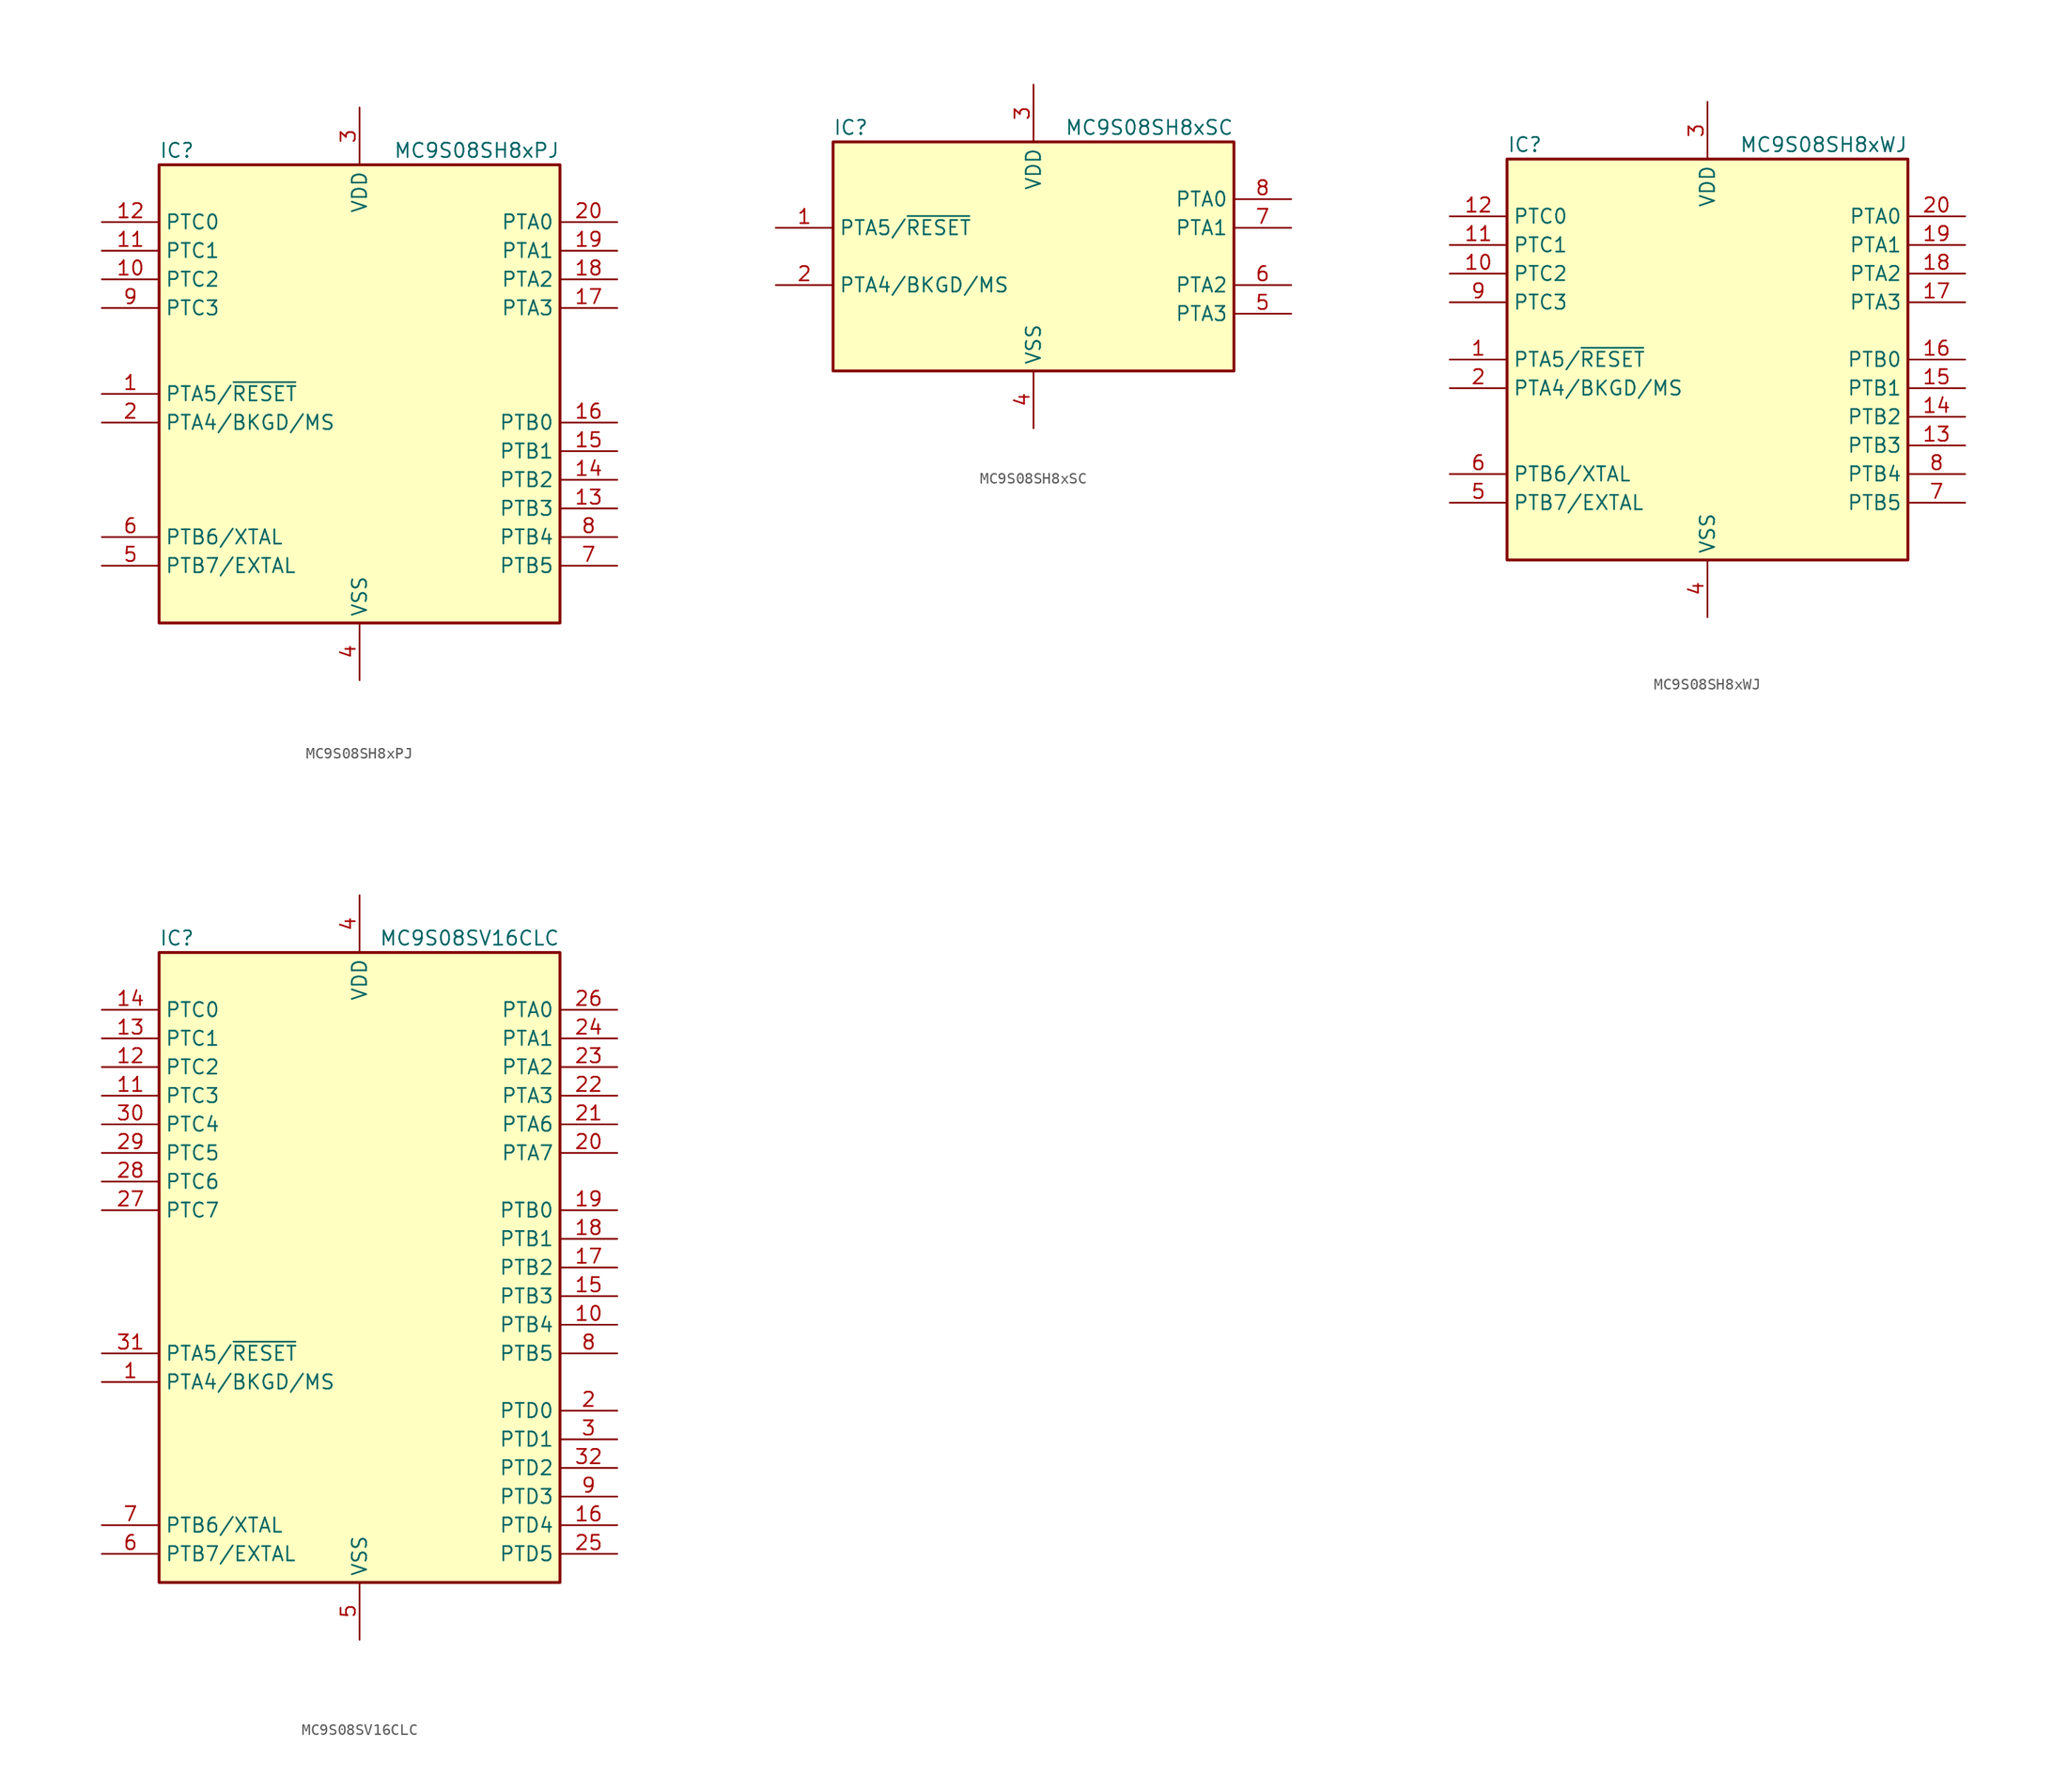
<source format=kicad_sym>
(kicad_symbol_lib
  (version 20201005)
  (generator kicad_symbol_editor)
  (symbol "MCU_NXP_S08:MC9S08SH8xPJ"
    (property "Reference" "IC"
      (at -17.78 21.59 0)
      (effects (font (size 1.27 1.27)) (justify left)))
    (property "Value" "MC9S08SH8xPJ"
      (at 17.78 21.59 0)
      (effects (font (size 1.27 1.27)) (justify right)))
    (symbol "MC9S08SH8xPJ_0_1"
      (rectangle (start -17.78 20.32) (end 17.78 -20.32) (stroke (width 0.254)) (fill (type background))))
    (symbol "MC9S08SH8xPJ_1_1"
      (pin bidirectional line (at -22.86 0 0) (length 5.08) (name "PTA5/~RESET" (effects (font (size 1.27 1.27)))) (number "1" (effects (font (size 1.27 1.27)))))
      (pin bidirectional line (at -22.86 10.16 0) (length 5.08) (name "PTC2" (effects (font (size 1.27 1.27)))) (number "10" (effects (font (size 1.27 1.27)))))
      (pin bidirectional line (at -22.86 12.7 0) (length 5.08) (name "PTC1" (effects (font (size 1.27 1.27)))) (number "11" (effects (font (size 1.27 1.27)))))
      (pin bidirectional line (at -22.86 15.24 0) (length 5.08) (name "PTC0" (effects (font (size 1.27 1.27)))) (number "12" (effects (font (size 1.27 1.27)))))
      (pin bidirectional line (at 22.86 -10.16 180) (length 5.08) (name "PTB3" (effects (font (size 1.27 1.27)))) (number "13" (effects (font (size 1.27 1.27)))))
      (pin bidirectional line (at 22.86 -7.62 180) (length 5.08) (name "PTB2" (effects (font (size 1.27 1.27)))) (number "14" (effects (font (size 1.27 1.27)))))
      (pin bidirectional line (at 22.86 -5.08 180) (length 5.08) (name "PTB1" (effects (font (size 1.27 1.27)))) (number "15" (effects (font (size 1.27 1.27)))))
      (pin bidirectional line (at 22.86 -2.54 180) (length 5.08) (name "PTB0" (effects (font (size 1.27 1.27)))) (number "16" (effects (font (size 1.27 1.27)))))
      (pin bidirectional line (at 22.86 7.62 180) (length 5.08) (name "PTA3" (effects (font (size 1.27 1.27)))) (number "17" (effects (font (size 1.27 1.27)))))
      (pin bidirectional line (at 22.86 10.16 180) (length 5.08) (name "PTA2" (effects (font (size 1.27 1.27)))) (number "18" (effects (font (size 1.27 1.27)))))
      (pin bidirectional line (at 22.86 12.7 180) (length 5.08) (name "PTA1" (effects (font (size 1.27 1.27)))) (number "19" (effects (font (size 1.27 1.27)))))
      (pin bidirectional line (at -22.86 -2.54 0) (length 5.08) (name "PTA4/BKGD/MS" (effects (font (size 1.27 1.27)))) (number "2" (effects (font (size 1.27 1.27)))))
      (pin bidirectional line (at 22.86 15.24 180) (length 5.08) (name "PTA0" (effects (font (size 1.27 1.27)))) (number "20" (effects (font (size 1.27 1.27)))))
      (pin power_in line (at 0 25.4 270) (length 5.08) (name "VDD" (effects (font (size 1.27 1.27)))) (number "3" (effects (font (size 1.27 1.27)))))
      (pin power_in line (at 0 -25.4 90) (length 5.08) (name "VSS" (effects (font (size 1.27 1.27)))) (number "4" (effects (font (size 1.27 1.27)))))
      (pin bidirectional line (at -22.86 -15.24 0) (length 5.08) (name "PTB7/EXTAL" (effects (font (size 1.27 1.27)))) (number "5" (effects (font (size 1.27 1.27)))))
      (pin bidirectional line (at -22.86 -12.7 0) (length 5.08) (name "PTB6/XTAL" (effects (font (size 1.27 1.27)))) (number "6" (effects (font (size 1.27 1.27)))))
      (pin bidirectional line (at 22.86 -15.24 180) (length 5.08) (name "PTB5" (effects (font (size 1.27 1.27)))) (number "7" (effects (font (size 1.27 1.27)))))
      (pin bidirectional line (at 22.86 -12.7 180) (length 5.08) (name "PTB4" (effects (font (size 1.27 1.27)))) (number "8" (effects (font (size 1.27 1.27)))))
      (pin bidirectional line (at -22.86 7.62 0) (length 5.08) (name "PTC3" (effects (font (size 1.27 1.27)))) (number "9" (effects (font (size 1.27 1.27)))))))
  (symbol "MCU_NXP_S08:MC9S08SH8xSC"
    (property "Reference" "IC"
      (at -17.78 11.43 0)
      (effects (font (size 1.27 1.27)) (justify left)))
    (property "Value" "MC9S08SH8xSC"
      (at 17.78 11.43 0)
      (effects (font (size 1.27 1.27)) (justify right)))
    (symbol "MC9S08SH8xSC_0_1"
      (rectangle (start -17.78 10.16) (end 17.78 -10.16) (stroke (width 0.254)) (fill (type background))))
    (symbol "MC9S08SH8xSC_1_1"
      (pin bidirectional line (at -22.86 2.54 0) (length 5.08) (name "PTA5/~RESET" (effects (font (size 1.27 1.27)))) (number "1" (effects (font (size 1.27 1.27)))))
      (pin bidirectional line (at -22.86 -2.54 0) (length 5.08) (name "PTA4/BKGD/MS" (effects (font (size 1.27 1.27)))) (number "2" (effects (font (size 1.27 1.27)))))
      (pin power_in line (at 0 15.24 270) (length 5.08) (name "VDD" (effects (font (size 1.27 1.27)))) (number "3" (effects (font (size 1.27 1.27)))))
      (pin power_in line (at 0 -15.24 90) (length 5.08) (name "VSS" (effects (font (size 1.27 1.27)))) (number "4" (effects (font (size 1.27 1.27)))))
      (pin bidirectional line (at 22.86 -5.08 180) (length 5.08) (name "PTA3" (effects (font (size 1.27 1.27)))) (number "5" (effects (font (size 1.27 1.27)))))
      (pin bidirectional line (at 22.86 -2.54 180) (length 5.08) (name "PTA2" (effects (font (size 1.27 1.27)))) (number "6" (effects (font (size 1.27 1.27)))))
      (pin bidirectional line (at 22.86 2.54 180) (length 5.08) (name "PTA1" (effects (font (size 1.27 1.27)))) (number "7" (effects (font (size 1.27 1.27)))))
      (pin bidirectional line (at 22.86 5.08 180) (length 5.08) (name "PTA0" (effects (font (size 1.27 1.27)))) (number "8" (effects (font (size 1.27 1.27)))))))
  (symbol "MCU_NXP_S08:MC9S08SH8xWJ"
    (property "Reference" "IC"
      (at -17.78 19.05 0)
      (effects (font (size 1.27 1.27)) (justify left)))
    (property "Value" "MC9S08SH8xWJ"
      (at 17.78 19.05 0)
      (effects (font (size 1.27 1.27)) (justify right)))
    (symbol "MC9S08SH8xWJ_0_1"
      (rectangle (start -17.78 17.78) (end 17.78 -17.78) (stroke (width 0.254)) (fill (type background))))
    (symbol "MC9S08SH8xWJ_1_1"
      (pin bidirectional line (at -22.86 0 0) (length 5.08) (name "PTA5/~RESET" (effects (font (size 1.27 1.27)))) (number "1" (effects (font (size 1.27 1.27)))))
      (pin bidirectional line (at -22.86 7.62 0) (length 5.08) (name "PTC2" (effects (font (size 1.27 1.27)))) (number "10" (effects (font (size 1.27 1.27)))))
      (pin bidirectional line (at -22.86 10.16 0) (length 5.08) (name "PTC1" (effects (font (size 1.27 1.27)))) (number "11" (effects (font (size 1.27 1.27)))))
      (pin bidirectional line (at -22.86 12.7 0) (length 5.08) (name "PTC0" (effects (font (size 1.27 1.27)))) (number "12" (effects (font (size 1.27 1.27)))))
      (pin bidirectional line (at 22.86 -7.62 180) (length 5.08) (name "PTB3" (effects (font (size 1.27 1.27)))) (number "13" (effects (font (size 1.27 1.27)))))
      (pin bidirectional line (at 22.86 -5.08 180) (length 5.08) (name "PTB2" (effects (font (size 1.27 1.27)))) (number "14" (effects (font (size 1.27 1.27)))))
      (pin bidirectional line (at 22.86 -2.54 180) (length 5.08) (name "PTB1" (effects (font (size 1.27 1.27)))) (number "15" (effects (font (size 1.27 1.27)))))
      (pin bidirectional line (at 22.86 0 180) (length 5.08) (name "PTB0" (effects (font (size 1.27 1.27)))) (number "16" (effects (font (size 1.27 1.27)))))
      (pin bidirectional line (at 22.86 5.08 180) (length 5.08) (name "PTA3" (effects (font (size 1.27 1.27)))) (number "17" (effects (font (size 1.27 1.27)))))
      (pin bidirectional line (at 22.86 7.62 180) (length 5.08) (name "PTA2" (effects (font (size 1.27 1.27)))) (number "18" (effects (font (size 1.27 1.27)))))
      (pin bidirectional line (at 22.86 10.16 180) (length 5.08) (name "PTA1" (effects (font (size 1.27 1.27)))) (number "19" (effects (font (size 1.27 1.27)))))
      (pin bidirectional line (at -22.86 -2.54 0) (length 5.08) (name "PTA4/BKGD/MS" (effects (font (size 1.27 1.27)))) (number "2" (effects (font (size 1.27 1.27)))))
      (pin bidirectional line (at 22.86 12.7 180) (length 5.08) (name "PTA0" (effects (font (size 1.27 1.27)))) (number "20" (effects (font (size 1.27 1.27)))))
      (pin power_in line (at 0 22.86 270) (length 5.08) (name "VDD" (effects (font (size 1.27 1.27)))) (number "3" (effects (font (size 1.27 1.27)))))
      (pin power_in line (at 0 -22.86 90) (length 5.08) (name "VSS" (effects (font (size 1.27 1.27)))) (number "4" (effects (font (size 1.27 1.27)))))
      (pin bidirectional line (at -22.86 -12.7 0) (length 5.08) (name "PTB7/EXTAL" (effects (font (size 1.27 1.27)))) (number "5" (effects (font (size 1.27 1.27)))))
      (pin bidirectional line (at -22.86 -10.16 0) (length 5.08) (name "PTB6/XTAL" (effects (font (size 1.27 1.27)))) (number "6" (effects (font (size 1.27 1.27)))))
      (pin bidirectional line (at 22.86 -12.7 180) (length 5.08) (name "PTB5" (effects (font (size 1.27 1.27)))) (number "7" (effects (font (size 1.27 1.27)))))
      (pin bidirectional line (at 22.86 -10.16 180) (length 5.08) (name "PTB4" (effects (font (size 1.27 1.27)))) (number "8" (effects (font (size 1.27 1.27)))))
      (pin bidirectional line (at -22.86 5.08 0) (length 5.08) (name "PTC3" (effects (font (size 1.27 1.27)))) (number "9" (effects (font (size 1.27 1.27)))))))
  (symbol "MCU_NXP_S08:MC9S08SV16CLC"
    (property "Reference" "IC"
      (at -17.78 29.21 0)
      (effects (font (size 1.27 1.27)) (justify left)))
    (property "Value" "MC9S08SV16CLC"
      (at 17.78 29.21 0)
      (effects (font (size 1.27 1.27)) (justify right)))
    (symbol "MC9S08SV16CLC_0_1"
      (rectangle (start -17.78 27.94) (end 17.78 -27.94) (stroke (width 0.254)) (fill (type background))))
    (symbol "MC9S08SV16CLC_1_1"
      (pin bidirectional line (at -22.86 -10.16 0) (length 5.08) (name "PTA4/BKGD/MS" (effects (font (size 1.27 1.27)))) (number "1" (effects (font (size 1.27 1.27)))))
      (pin bidirectional line (at 22.86 -5.08 180) (length 5.08) (name "PTB4" (effects (font (size 1.27 1.27)))) (number "10" (effects (font (size 1.27 1.27)))))
      (pin bidirectional line (at -22.86 15.24 0) (length 5.08) (name "PTC3" (effects (font (size 1.27 1.27)))) (number "11" (effects (font (size 1.27 1.27)))))
      (pin bidirectional line (at -22.86 17.78 0) (length 5.08) (name "PTC2" (effects (font (size 1.27 1.27)))) (number "12" (effects (font (size 1.27 1.27)))))
      (pin bidirectional line (at -22.86 20.32 0) (length 5.08) (name "PTC1" (effects (font (size 1.27 1.27)))) (number "13" (effects (font (size 1.27 1.27)))))
      (pin bidirectional line (at -22.86 22.86 0) (length 5.08) (name "PTC0" (effects (font (size 1.27 1.27)))) (number "14" (effects (font (size 1.27 1.27)))))
      (pin bidirectional line (at 22.86 -2.54 180) (length 5.08) (name "PTB3" (effects (font (size 1.27 1.27)))) (number "15" (effects (font (size 1.27 1.27)))))
      (pin bidirectional line (at 22.86 -22.86 180) (length 5.08) (name "PTD4" (effects (font (size 1.27 1.27)))) (number "16" (effects (font (size 1.27 1.27)))))
      (pin bidirectional line (at 22.86 0 180) (length 5.08) (name "PTB2" (effects (font (size 1.27 1.27)))) (number "17" (effects (font (size 1.27 1.27)))))
      (pin bidirectional line (at 22.86 2.54 180) (length 5.08) (name "PTB1" (effects (font (size 1.27 1.27)))) (number "18" (effects (font (size 1.27 1.27)))))
      (pin bidirectional line (at 22.86 5.08 180) (length 5.08) (name "PTB0" (effects (font (size 1.27 1.27)))) (number "19" (effects (font (size 1.27 1.27)))))
      (pin bidirectional line (at 22.86 -12.7 180) (length 5.08) (name "PTD0" (effects (font (size 1.27 1.27)))) (number "2" (effects (font (size 1.27 1.27)))))
      (pin bidirectional line (at 22.86 10.16 180) (length 5.08) (name "PTA7" (effects (font (size 1.27 1.27)))) (number "20" (effects (font (size 1.27 1.27)))))
      (pin bidirectional line (at 22.86 12.7 180) (length 5.08) (name "PTA6" (effects (font (size 1.27 1.27)))) (number "21" (effects (font (size 1.27 1.27)))))
      (pin bidirectional line (at 22.86 15.24 180) (length 5.08) (name "PTA3" (effects (font (size 1.27 1.27)))) (number "22" (effects (font (size 1.27 1.27)))))
      (pin bidirectional line (at 22.86 17.78 180) (length 5.08) (name "PTA2" (effects (font (size 1.27 1.27)))) (number "23" (effects (font (size 1.27 1.27)))))
      (pin bidirectional line (at 22.86 20.32 180) (length 5.08) (name "PTA1" (effects (font (size 1.27 1.27)))) (number "24" (effects (font (size 1.27 1.27)))))
      (pin bidirectional line (at 22.86 -25.4 180) (length 5.08) (name "PTD5" (effects (font (size 1.27 1.27)))) (number "25" (effects (font (size 1.27 1.27)))))
      (pin bidirectional line (at 22.86 22.86 180) (length 5.08) (name "PTA0" (effects (font (size 1.27 1.27)))) (number "26" (effects (font (size 1.27 1.27)))))
      (pin bidirectional line (at -22.86 5.08 0) (length 5.08) (name "PTC7" (effects (font (size 1.27 1.27)))) (number "27" (effects (font (size 1.27 1.27)))))
      (pin bidirectional line (at -22.86 7.62 0) (length 5.08) (name "PTC6" (effects (font (size 1.27 1.27)))) (number "28" (effects (font (size 1.27 1.27)))))
      (pin bidirectional line (at -22.86 10.16 0) (length 5.08) (name "PTC5" (effects (font (size 1.27 1.27)))) (number "29" (effects (font (size 1.27 1.27)))))
      (pin bidirectional line (at 22.86 -15.24 180) (length 5.08) (name "PTD1" (effects (font (size 1.27 1.27)))) (number "3" (effects (font (size 1.27 1.27)))))
      (pin bidirectional line (at -22.86 12.7 0) (length 5.08) (name "PTC4" (effects (font (size 1.27 1.27)))) (number "30" (effects (font (size 1.27 1.27)))))
      (pin bidirectional line (at -22.86 -7.62 0) (length 5.08) (name "PTA5/~RESET" (effects (font (size 1.27 1.27)))) (number "31" (effects (font (size 1.27 1.27)))))
      (pin bidirectional line (at 22.86 -17.78 180) (length 5.08) (name "PTD2" (effects (font (size 1.27 1.27)))) (number "32" (effects (font (size 1.27 1.27)))))
      (pin power_in line (at 0 33.02 270) (length 5.08) (name "VDD" (effects (font (size 1.27 1.27)))) (number "4" (effects (font (size 1.27 1.27)))))
      (pin power_in line (at 0 -33.02 90) (length 5.08) (name "VSS" (effects (font (size 1.27 1.27)))) (number "5" (effects (font (size 1.27 1.27)))))
      (pin bidirectional line (at -22.86 -25.4 0) (length 5.08) (name "PTB7/EXTAL" (effects (font (size 1.27 1.27)))) (number "6" (effects (font (size 1.27 1.27)))))
      (pin bidirectional line (at -22.86 -22.86 0) (length 5.08) (name "PTB6/XTAL" (effects (font (size 1.27 1.27)))) (number "7" (effects (font (size 1.27 1.27)))))
      (pin bidirectional line (at 22.86 -7.62 180) (length 5.08) (name "PTB5" (effects (font (size 1.27 1.27)))) (number "8" (effects (font (size 1.27 1.27)))))
      (pin bidirectional line (at 22.86 -20.32 180) (length 5.08) (name "PTD3" (effects (font (size 1.27 1.27)))) (number "9" (effects (font (size 1.27 1.27))))))))
</source>
